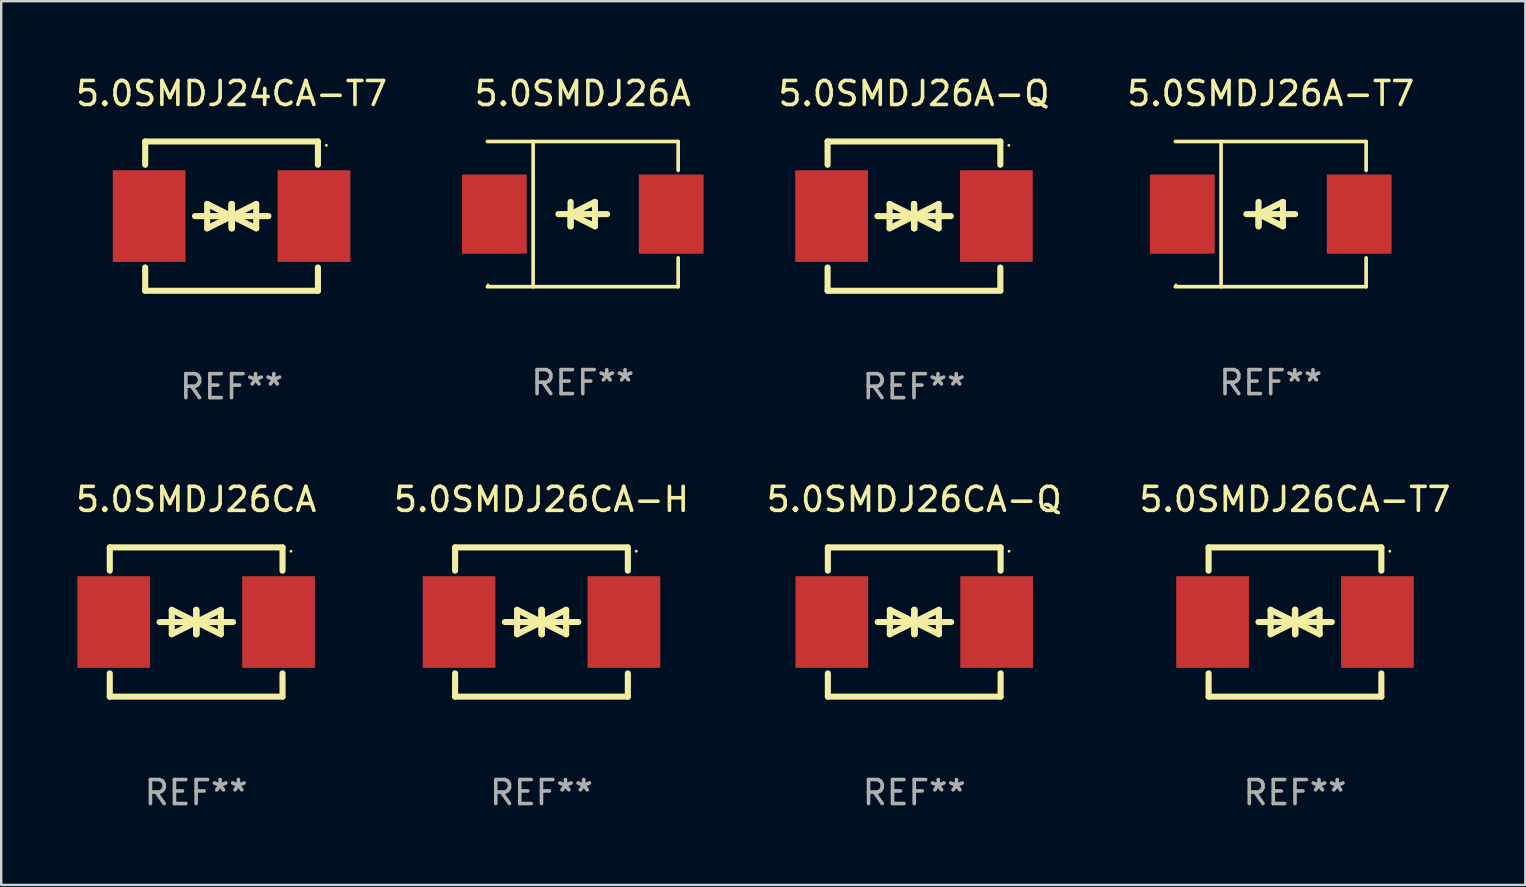
<source format=kicad_pcb>
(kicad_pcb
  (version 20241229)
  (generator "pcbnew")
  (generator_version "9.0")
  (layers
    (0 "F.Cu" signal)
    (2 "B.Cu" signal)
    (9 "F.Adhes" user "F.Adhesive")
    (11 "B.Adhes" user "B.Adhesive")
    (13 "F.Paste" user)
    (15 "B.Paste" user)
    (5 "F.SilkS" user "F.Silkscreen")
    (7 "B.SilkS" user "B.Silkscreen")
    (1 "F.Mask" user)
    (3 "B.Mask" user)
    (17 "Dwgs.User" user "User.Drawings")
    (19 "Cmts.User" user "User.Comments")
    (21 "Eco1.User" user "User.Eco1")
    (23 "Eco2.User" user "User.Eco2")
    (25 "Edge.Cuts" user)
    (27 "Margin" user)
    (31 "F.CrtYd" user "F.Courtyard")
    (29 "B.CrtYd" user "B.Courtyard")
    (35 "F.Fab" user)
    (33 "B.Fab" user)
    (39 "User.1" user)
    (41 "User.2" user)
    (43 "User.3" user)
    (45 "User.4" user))
  (footprint "5.0SMDJ24CA-T7"
    (layer "F.Cu")
    (at 6.601 5.958)
    (property "Reference" "5.0SMDJ24CA-T7" (at 0 -5.11 0) (layer "F.SilkS") (effects (font (size 1 1) (thickness 0.15))))
    (attr through_hole)
    (fp_line (start -3.6 -2.141) (end -3.6 -3.11) (stroke (width 0.254) (type solid)) (layer "F.SilkS"))
    (fp_line (start -3.6 3.11) (end -3.6 2.141) (stroke (width 0.254) (type solid)) (layer "F.SilkS"))
    (fp_line (start -1.524 0) (end 0.508 0) (stroke (width 0.254) (type solid)) (layer "F.SilkS"))
    (fp_line (start -1.016 -0.508) (end -1.016 0.508) (stroke (width 0.254) (type solid)) (layer "F.SilkS"))
    (fp_line (start -1.016 0.508) (end 0 0) (stroke (width 0.254) (type solid)) (layer "F.SilkS"))
    (fp_line (start 0 -0.508) (end 0 0.508) (stroke (width 0.254) (type solid)) (layer "F.SilkS"))
    (fp_line (start 0 0) (end -1.016 -0.508) (stroke (width 0.254) (type solid)) (layer "F.SilkS"))
    (fp_line (start 0 0) (end 0 -0.508) (stroke (width 0.254) (type solid)) (layer "F.SilkS"))
    (fp_line (start 0.012 0) (end 0.012 0.508) (stroke (width 0.254) (type solid)) (layer "F.SilkS"))
    (fp_line (start 0.012 0) (end 1.028 0.508) (stroke (width 0.254) (type solid)) (layer "F.SilkS"))
    (fp_line (start 0.012 0.508) (end 0.012 -0.508) (stroke (width 0.254) (type solid)) (layer "F.SilkS"))
    (fp_line (start 1.028 -0.508) (end 0.012 0) (stroke (width 0.254) (type solid)) (layer "F.SilkS"))
    (fp_line (start 1.028 0.508) (end 1.028 -0.508) (stroke (width 0.254) (type solid)) (layer "F.SilkS"))
    (fp_line (start 1.536 0) (end -0.496 0) (stroke (width 0.254) (type solid)) (layer "F.SilkS"))
    (fp_line (start 3.6 -3.11) (end -3.6 -3.11) (stroke (width 0.254) (type solid)) (layer "F.SilkS"))
    (fp_line (start 3.6 -2.141) (end 3.6 -3.11) (stroke (width 0.254) (type solid)) (layer "F.SilkS"))
    (fp_line (start 3.6 3.11) (end -3.6 3.11) (stroke (width 0.254) (type solid)) (layer "F.SilkS"))
    (fp_line (start 3.6 3.11) (end 3.6 2.141) (stroke (width 0.254) (type solid)) (layer "F.SilkS"))
    (fp_circle (center 3.952 -2.95) (end 3.982 -2.95) (stroke (width 0.06) (type solid)) (fill no) (layer "F.SilkS"))
    (fp_text user "REF**" (at 0 7.11 0) (layer "F.Fab") (effects (font (size 1 1) (thickness 0.15))))
    (pad "1" smd rect (at 3.435 0) (size 3.03 3.82) (layers "F.Cu" "F.Mask" "F.Paste"))
    (pad "2" smd rect (at -3.435 0) (size 3.03 3.82) (layers "F.Cu" "F.Mask" "F.Paste")))
  (footprint "5.0SMDJ26CA"
    (layer "F.Cu")
    (at 5.125 22.875)
    (property "Reference" "5.0SMDJ26CA" (at 0 -5.11 0) (layer "F.SilkS") (effects (font (size 1 1) (thickness 0.15))))
    (attr through_hole)
    (fp_line (start -3.6 -2.141) (end -3.6 -3.11) (stroke (width 0.254) (type solid)) (layer "F.SilkS"))
    (fp_line (start -3.6 3.11) (end -3.6 2.141) (stroke (width 0.254) (type solid)) (layer "F.SilkS"))
    (fp_line (start -1.524 0) (end 0.508 0) (stroke (width 0.254) (type solid)) (layer "F.SilkS"))
    (fp_line (start -1.016 -0.508) (end -1.016 0.508) (stroke (width 0.254) (type solid)) (layer "F.SilkS"))
    (fp_line (start -1.016 0.508) (end 0 0) (stroke (width 0.254) (type solid)) (layer "F.SilkS"))
    (fp_line (start 0 -0.508) (end 0 0.508) (stroke (width 0.254) (type solid)) (layer "F.SilkS"))
    (fp_line (start 0 0) (end -1.016 -0.508) (stroke (width 0.254) (type solid)) (layer "F.SilkS"))
    (fp_line (start 0 0) (end 0 -0.508) (stroke (width 0.254) (type solid)) (layer "F.SilkS"))
    (fp_line (start 0.012 0) (end 0.012 0.508) (stroke (width 0.254) (type solid)) (layer "F.SilkS"))
    (fp_line (start 0.012 0) (end 1.028 0.508) (stroke (width 0.254) (type solid)) (layer "F.SilkS"))
    (fp_line (start 0.012 0.508) (end 0.012 -0.508) (stroke (width 0.254) (type solid)) (layer "F.SilkS"))
    (fp_line (start 1.028 -0.508) (end 0.012 0) (stroke (width 0.254) (type solid)) (layer "F.SilkS"))
    (fp_line (start 1.028 0.508) (end 1.028 -0.508) (stroke (width 0.254) (type solid)) (layer "F.SilkS"))
    (fp_line (start 1.536 0) (end -0.496 0) (stroke (width 0.254) (type solid)) (layer "F.SilkS"))
    (fp_line (start 3.6 -3.11) (end -3.6 -3.11) (stroke (width 0.254) (type solid)) (layer "F.SilkS"))
    (fp_line (start 3.6 -2.141) (end 3.6 -3.11) (stroke (width 0.254) (type solid)) (layer "F.SilkS"))
    (fp_line (start 3.6 3.11) (end -3.6 3.11) (stroke (width 0.254) (type solid)) (layer "F.SilkS"))
    (fp_line (start 3.6 3.11) (end 3.6 2.141) (stroke (width 0.254) (type solid)) (layer "F.SilkS"))
    (fp_circle (center 3.952 -2.95) (end 3.982 -2.95) (stroke (width 0.06) (type solid)) (fill no) (layer "F.SilkS"))
    (fp_text user "REF**" (at 0 7.11 0) (layer "F.Fab") (effects (font (size 1 1) (thickness 0.15))))
    (pad "1" smd rect (at 3.435 0) (size 3.03 3.82) (layers "F.Cu" "F.Mask" "F.Paste"))
    (pad "2" smd rect (at -3.435 0) (size 3.03 3.82) (layers "F.Cu" "F.Mask" "F.Paste")))
  (footprint "5.0SMDJ26CA-T7"
    (layer "F.Cu")
    (at 50.923 22.875)
    (property "Reference" "5.0SMDJ26CA-T7" (at 0 -5.11 0) (layer "F.SilkS") (effects (font (size 1 1) (thickness 0.15))))
    (attr through_hole)
    (fp_line (start -3.6 -2.141) (end -3.6 -3.11) (stroke (width 0.254) (type solid)) (layer "F.SilkS"))
    (fp_line (start -3.6 3.11) (end -3.6 2.141) (stroke (width 0.254) (type solid)) (layer "F.SilkS"))
    (fp_line (start -1.524 0) (end 0.508 0) (stroke (width 0.254) (type solid)) (layer "F.SilkS"))
    (fp_line (start -1.016 -0.508) (end -1.016 0.508) (stroke (width 0.254) (type solid)) (layer "F.SilkS"))
    (fp_line (start -1.016 0.508) (end 0 0) (stroke (width 0.254) (type solid)) (layer "F.SilkS"))
    (fp_line (start 0 -0.508) (end 0 0.508) (stroke (width 0.254) (type solid)) (layer "F.SilkS"))
    (fp_line (start 0 0) (end -1.016 -0.508) (stroke (width 0.254) (type solid)) (layer "F.SilkS"))
    (fp_line (start 0 0) (end 0 -0.508) (stroke (width 0.254) (type solid)) (layer "F.SilkS"))
    (fp_line (start 0.012 0) (end 0.012 0.508) (stroke (width 0.254) (type solid)) (layer "F.SilkS"))
    (fp_line (start 0.012 0) (end 1.028 0.508) (stroke (width 0.254) (type solid)) (layer "F.SilkS"))
    (fp_line (start 0.012 0.508) (end 0.012 -0.508) (stroke (width 0.254) (type solid)) (layer "F.SilkS"))
    (fp_line (start 1.028 -0.508) (end 0.012 0) (stroke (width 0.254) (type solid)) (layer "F.SilkS"))
    (fp_line (start 1.028 0.508) (end 1.028 -0.508) (stroke (width 0.254) (type solid)) (layer "F.SilkS"))
    (fp_line (start 1.536 0) (end -0.496 0) (stroke (width 0.254) (type solid)) (layer "F.SilkS"))
    (fp_line (start 3.6 -3.11) (end -3.6 -3.11) (stroke (width 0.254) (type solid)) (layer "F.SilkS"))
    (fp_line (start 3.6 -2.141) (end 3.6 -3.11) (stroke (width 0.254) (type solid)) (layer "F.SilkS"))
    (fp_line (start 3.6 3.11) (end -3.6 3.11) (stroke (width 0.254) (type solid)) (layer "F.SilkS"))
    (fp_line (start 3.6 3.11) (end 3.6 2.141) (stroke (width 0.254) (type solid)) (layer "F.SilkS"))
    (fp_circle (center 3.952 -2.95) (end 3.982 -2.95) (stroke (width 0.06) (type solid)) (fill no) (layer "F.SilkS"))
    (fp_text user "REF**" (at 0 7.11 0) (layer "F.Fab") (effects (font (size 1 1) (thickness 0.15))))
    (pad "1" smd rect (at 3.435 0) (size 3.03 3.82) (layers "F.Cu" "F.Mask" "F.Paste"))
    (pad "2" smd rect (at -3.435 0) (size 3.03 3.82) (layers "F.Cu" "F.Mask" "F.Paste")))
  (footprint "5.0SMDJ26A-Q"
    (layer "F.Cu")
    (at 35.043 5.958)
    (property "Reference" "5.0SMDJ26A-Q" (at 0 -5.11 0) (layer "F.SilkS") (effects (font (size 1 1) (thickness 0.15))))
    (attr through_hole)
    (fp_line (start -3.6 -2.141) (end -3.6 -3.11) (stroke (width 0.254) (type solid)) (layer "F.SilkS"))
    (fp_line (start -3.6 3.11) (end -3.6 2.141) (stroke (width 0.254) (type solid)) (layer "F.SilkS"))
    (fp_line (start -1.524 0) (end 0.508 0) (stroke (width 0.254) (type solid)) (layer "F.SilkS"))
    (fp_line (start -1.016 -0.508) (end -1.016 0.508) (stroke (width 0.254) (type solid)) (layer "F.SilkS"))
    (fp_line (start -1.016 0.508) (end 0 0) (stroke (width 0.254) (type solid)) (layer "F.SilkS"))
    (fp_line (start 0 -0.508) (end 0 0.508) (stroke (width 0.254) (type solid)) (layer "F.SilkS"))
    (fp_line (start 0 0) (end -1.016 -0.508) (stroke (width 0.254) (type solid)) (layer "F.SilkS"))
    (fp_line (start 0 0) (end 0 -0.508) (stroke (width 0.254) (type solid)) (layer "F.SilkS"))
    (fp_line (start 0.012 0) (end 0.012 0.508) (stroke (width 0.254) (type solid)) (layer "F.SilkS"))
    (fp_line (start 0.012 0) (end 1.028 0.508) (stroke (width 0.254) (type solid)) (layer "F.SilkS"))
    (fp_line (start 0.012 0.508) (end 0.012 -0.508) (stroke (width 0.254) (type solid)) (layer "F.SilkS"))
    (fp_line (start 1.028 -0.508) (end 0.012 0) (stroke (width 0.254) (type solid)) (layer "F.SilkS"))
    (fp_line (start 1.028 0.508) (end 1.028 -0.508) (stroke (width 0.254) (type solid)) (layer "F.SilkS"))
    (fp_line (start 1.536 0) (end -0.496 0) (stroke (width 0.254) (type solid)) (layer "F.SilkS"))
    (fp_line (start 3.6 -3.11) (end -3.6 -3.11) (stroke (width 0.254) (type solid)) (layer "F.SilkS"))
    (fp_line (start 3.6 -2.141) (end 3.6 -3.11) (stroke (width 0.254) (type solid)) (layer "F.SilkS"))
    (fp_line (start 3.6 3.11) (end -3.6 3.11) (stroke (width 0.254) (type solid)) (layer "F.SilkS"))
    (fp_line (start 3.6 3.11) (end 3.6 2.141) (stroke (width 0.254) (type solid)) (layer "F.SilkS"))
    (fp_circle (center 3.952 -2.95) (end 3.982 -2.95) (stroke (width 0.06) (type solid)) (fill no) (layer "F.SilkS"))
    (fp_text user "REF**" (at 0 7.11 0) (layer "F.Fab") (effects (font (size 1 1) (thickness 0.15))))
    (pad "1" smd rect (at 3.435 0) (size 3.03 3.82) (layers "F.Cu" "F.Mask" "F.Paste"))
    (pad "2" smd rect (at -3.435 0) (size 3.03 3.82) (layers "F.Cu" "F.Mask" "F.Paste")))
  (footprint "5.0SMDJ26A-T7"
    (layer "F.Cu")
    (at 49.912 5.874)
    (property "Reference" "5.0SMDJ26A-T7" (at 0 -5.026 0) (layer "F.SilkS") (effects (font (size 1 1) (thickness 0.15))))
    (attr through_hole)
    (fp_line (start -3.976 -3.026) (end 3.976 -3.026) (stroke (width 0.152) (type solid)) (layer "F.SilkS"))
    (fp_line (start -3.976 3.026) (end 3.976 3.026) (stroke (width 0.152) (type solid)) (layer "F.SilkS"))
    (fp_line (start -2.069 -3.026) (end -2.069 3.026) (stroke (width 0.152) (type solid)) (layer "F.SilkS"))
    (fp_line (start -0.508 0) (end -0.508 0.508) (stroke (width 0.254) (type solid)) (layer "F.SilkS"))
    (fp_line (start -0.508 0) (end 0.508 0.508) (stroke (width 0.254) (type solid)) (layer "F.SilkS"))
    (fp_line (start -0.508 0.508) (end -0.508 -0.508) (stroke (width 0.254) (type solid)) (layer "F.SilkS"))
    (fp_line (start 0.508 -0.508) (end -0.508 0) (stroke (width 0.254) (type solid)) (layer "F.SilkS"))
    (fp_line (start 0.508 0.508) (end 0.508 -0.508) (stroke (width 0.254) (type solid)) (layer "F.SilkS"))
    (fp_line (start 1.016 0) (end -1.016 0) (stroke (width 0.254) (type solid)) (layer "F.SilkS"))
    (fp_line (start 3.976 -3.026) (end 3.976 -1.823) (stroke (width 0.152) (type solid)) (layer "F.SilkS"))
    (fp_line (start 3.976 3.026) (end 3.976 1.823) (stroke (width 0.152) (type solid)) (layer "F.SilkS"))
    (fp_circle (center -3.95 2.95) (end -3.92 2.95) (stroke (width 0.06) (type solid)) (fill no) (layer "F.SilkS"))
    (fp_text user "REF**" (at 0 7.026 0) (layer "F.Fab") (effects (font (size 1 1) (thickness 0.15))))
    (pad "1" smd rect (at -3.686 0) (size 2.7 3.3) (layers "F.Cu" "F.Mask" "F.Paste"))
    (pad "2" smd rect (at 3.686 0) (size 2.7 3.3) (layers "F.Cu" "F.Mask" "F.Paste")))
  (footprint "5.0SMDJ26A"
    (layer "F.Cu")
    (at 21.239 5.874)
    (property "Reference" "5.0SMDJ26A" (at 0 -5.026 0) (layer "F.SilkS") (effects (font (size 1 1) (thickness 0.15))))
    (attr through_hole)
    (fp_line (start -3.976 -3.026) (end 3.976 -3.026) (stroke (width 0.152) (type solid)) (layer "F.SilkS"))
    (fp_line (start -3.976 3.026) (end 3.976 3.026) (stroke (width 0.152) (type solid)) (layer "F.SilkS"))
    (fp_line (start -2.069 -3.026) (end -2.069 3.026) (stroke (width 0.152) (type solid)) (layer "F.SilkS"))
    (fp_line (start -0.508 0) (end -0.508 0.508) (stroke (width 0.254) (type solid)) (layer "F.SilkS"))
    (fp_line (start -0.508 0) (end 0.508 0.508) (stroke (width 0.254) (type solid)) (layer "F.SilkS"))
    (fp_line (start -0.508 0.508) (end -0.508 -0.508) (stroke (width 0.254) (type solid)) (layer "F.SilkS"))
    (fp_line (start 0.508 -0.508) (end -0.508 0) (stroke (width 0.254) (type solid)) (layer "F.SilkS"))
    (fp_line (start 0.508 0.508) (end 0.508 -0.508) (stroke (width 0.254) (type solid)) (layer "F.SilkS"))
    (fp_line (start 1.016 0) (end -1.016 0) (stroke (width 0.254) (type solid)) (layer "F.SilkS"))
    (fp_line (start 3.976 -3.026) (end 3.976 -1.823) (stroke (width 0.152) (type solid)) (layer "F.SilkS"))
    (fp_line (start 3.976 3.026) (end 3.976 1.823) (stroke (width 0.152) (type solid)) (layer "F.SilkS"))
    (fp_circle (center -3.95 2.95) (end -3.92 2.95) (stroke (width 0.06) (type solid)) (fill no) (layer "F.SilkS"))
    (fp_text user "REF**" (at 0 7.026 0) (layer "F.Fab") (effects (font (size 1 1) (thickness 0.15))))
    (pad "1" smd rect (at -3.686 0) (size 2.7 3.3) (layers "F.Cu" "F.Mask" "F.Paste"))
    (pad "2" smd rect (at 3.686 0) (size 2.7 3.3) (layers "F.Cu" "F.Mask" "F.Paste")))
  (footprint "5.0SMDJ26CA-Q"
    (layer "F.Cu")
    (at 35.054 22.875)
    (property "Reference" "5.0SMDJ26CA-Q" (at 0 -5.11 0) (layer "F.SilkS") (effects (font (size 1 1) (thickness 0.15))))
    (attr through_hole)
    (fp_line (start -3.6 -2.141) (end -3.6 -3.11) (stroke (width 0.254) (type solid)) (layer "F.SilkS"))
    (fp_line (start -3.6 3.11) (end -3.6 2.141) (stroke (width 0.254) (type solid)) (layer "F.SilkS"))
    (fp_line (start -1.524 0) (end 0.508 0) (stroke (width 0.254) (type solid)) (layer "F.SilkS"))
    (fp_line (start -1.016 -0.508) (end -1.016 0.508) (stroke (width 0.254) (type solid)) (layer "F.SilkS"))
    (fp_line (start -1.016 0.508) (end 0 0) (stroke (width 0.254) (type solid)) (layer "F.SilkS"))
    (fp_line (start 0 -0.508) (end 0 0.508) (stroke (width 0.254) (type solid)) (layer "F.SilkS"))
    (fp_line (start 0 0) (end -1.016 -0.508) (stroke (width 0.254) (type solid)) (layer "F.SilkS"))
    (fp_line (start 0 0) (end 0 -0.508) (stroke (width 0.254) (type solid)) (layer "F.SilkS"))
    (fp_line (start 0.012 0) (end 0.012 0.508) (stroke (width 0.254) (type solid)) (layer "F.SilkS"))
    (fp_line (start 0.012 0) (end 1.028 0.508) (stroke (width 0.254) (type solid)) (layer "F.SilkS"))
    (fp_line (start 0.012 0.508) (end 0.012 -0.508) (stroke (width 0.254) (type solid)) (layer "F.SilkS"))
    (fp_line (start 1.028 -0.508) (end 0.012 0) (stroke (width 0.254) (type solid)) (layer "F.SilkS"))
    (fp_line (start 1.028 0.508) (end 1.028 -0.508) (stroke (width 0.254) (type solid)) (layer "F.SilkS"))
    (fp_line (start 1.536 0) (end -0.496 0) (stroke (width 0.254) (type solid)) (layer "F.SilkS"))
    (fp_line (start 3.6 -3.11) (end -3.6 -3.11) (stroke (width 0.254) (type solid)) (layer "F.SilkS"))
    (fp_line (start 3.6 -2.141) (end 3.6 -3.11) (stroke (width 0.254) (type solid)) (layer "F.SilkS"))
    (fp_line (start 3.6 3.11) (end -3.6 3.11) (stroke (width 0.254) (type solid)) (layer "F.SilkS"))
    (fp_line (start 3.6 3.11) (end 3.6 2.141) (stroke (width 0.254) (type solid)) (layer "F.SilkS"))
    (fp_circle (center 3.952 -2.95) (end 3.982 -2.95) (stroke (width 0.06) (type solid)) (fill no) (layer "F.SilkS"))
    (fp_text user "REF**" (at 0 7.11 0) (layer "F.Fab") (effects (font (size 1 1) (thickness 0.15))))
    (pad "1" smd rect (at 3.435 0) (size 3.03 3.82) (layers "F.Cu" "F.Mask" "F.Paste"))
    (pad "2" smd rect (at -3.435 0) (size 3.03 3.82) (layers "F.Cu" "F.Mask" "F.Paste")))
  (footprint "5.0SMDJ26CA-H"
    (layer "F.Cu")
    (at 19.518 22.875)
    (property "Reference" "5.0SMDJ26CA-H" (at 0 -5.11 0) (layer "F.SilkS") (effects (font (size 1 1) (thickness 0.15))))
    (attr through_hole)
    (fp_line (start -3.6 -2.141) (end -3.6 -3.11) (stroke (width 0.254) (type solid)) (layer "F.SilkS"))
    (fp_line (start -3.6 3.11) (end -3.6 2.141) (stroke (width 0.254) (type solid)) (layer "F.SilkS"))
    (fp_line (start -1.524 0) (end 0.508 0) (stroke (width 0.254) (type solid)) (layer "F.SilkS"))
    (fp_line (start -1.016 -0.508) (end -1.016 0.508) (stroke (width 0.254) (type solid)) (layer "F.SilkS"))
    (fp_line (start -1.016 0.508) (end 0 0) (stroke (width 0.254) (type solid)) (layer "F.SilkS"))
    (fp_line (start 0 -0.508) (end 0 0.508) (stroke (width 0.254) (type solid)) (layer "F.SilkS"))
    (fp_line (start 0 0) (end -1.016 -0.508) (stroke (width 0.254) (type solid)) (layer "F.SilkS"))
    (fp_line (start 0 0) (end 0 -0.508) (stroke (width 0.254) (type solid)) (layer "F.SilkS"))
    (fp_line (start 0.012 0) (end 0.012 0.508) (stroke (width 0.254) (type solid)) (layer "F.SilkS"))
    (fp_line (start 0.012 0) (end 1.028 0.508) (stroke (width 0.254) (type solid)) (layer "F.SilkS"))
    (fp_line (start 0.012 0.508) (end 0.012 -0.508) (stroke (width 0.254) (type solid)) (layer "F.SilkS"))
    (fp_line (start 1.028 -0.508) (end 0.012 0) (stroke (width 0.254) (type solid)) (layer "F.SilkS"))
    (fp_line (start 1.028 0.508) (end 1.028 -0.508) (stroke (width 0.254) (type solid)) (layer "F.SilkS"))
    (fp_line (start 1.536 0) (end -0.496 0) (stroke (width 0.254) (type solid)) (layer "F.SilkS"))
    (fp_line (start 3.6 -3.11) (end -3.6 -3.11) (stroke (width 0.254) (type solid)) (layer "F.SilkS"))
    (fp_line (start 3.6 -2.141) (end 3.6 -3.11) (stroke (width 0.254) (type solid)) (layer "F.SilkS"))
    (fp_line (start 3.6 3.11) (end -3.6 3.11) (stroke (width 0.254) (type solid)) (layer "F.SilkS"))
    (fp_line (start 3.6 3.11) (end 3.6 2.141) (stroke (width 0.254) (type solid)) (layer "F.SilkS"))
    (fp_circle (center 3.952 -2.95) (end 3.982 -2.95) (stroke (width 0.06) (type solid)) (fill no) (layer "F.SilkS"))
    (fp_text user "REF**" (at 0 7.11 0) (layer "F.Fab") (effects (font (size 1 1) (thickness 0.15))))
    (pad "1" smd rect (at 3.435 0) (size 3.03 3.82) (layers "F.Cu" "F.Mask" "F.Paste"))
    (pad "2" smd rect (at -3.435 0) (size 3.03 3.82) (layers "F.Cu" "F.Mask" "F.Paste")))
  (gr_rect
    (start -3 -3)
    (end 60.524 33.833)
    (stroke (width 0.1) (type default))
    (fill no)
    (layer "Edge.Cuts")))
</source>
